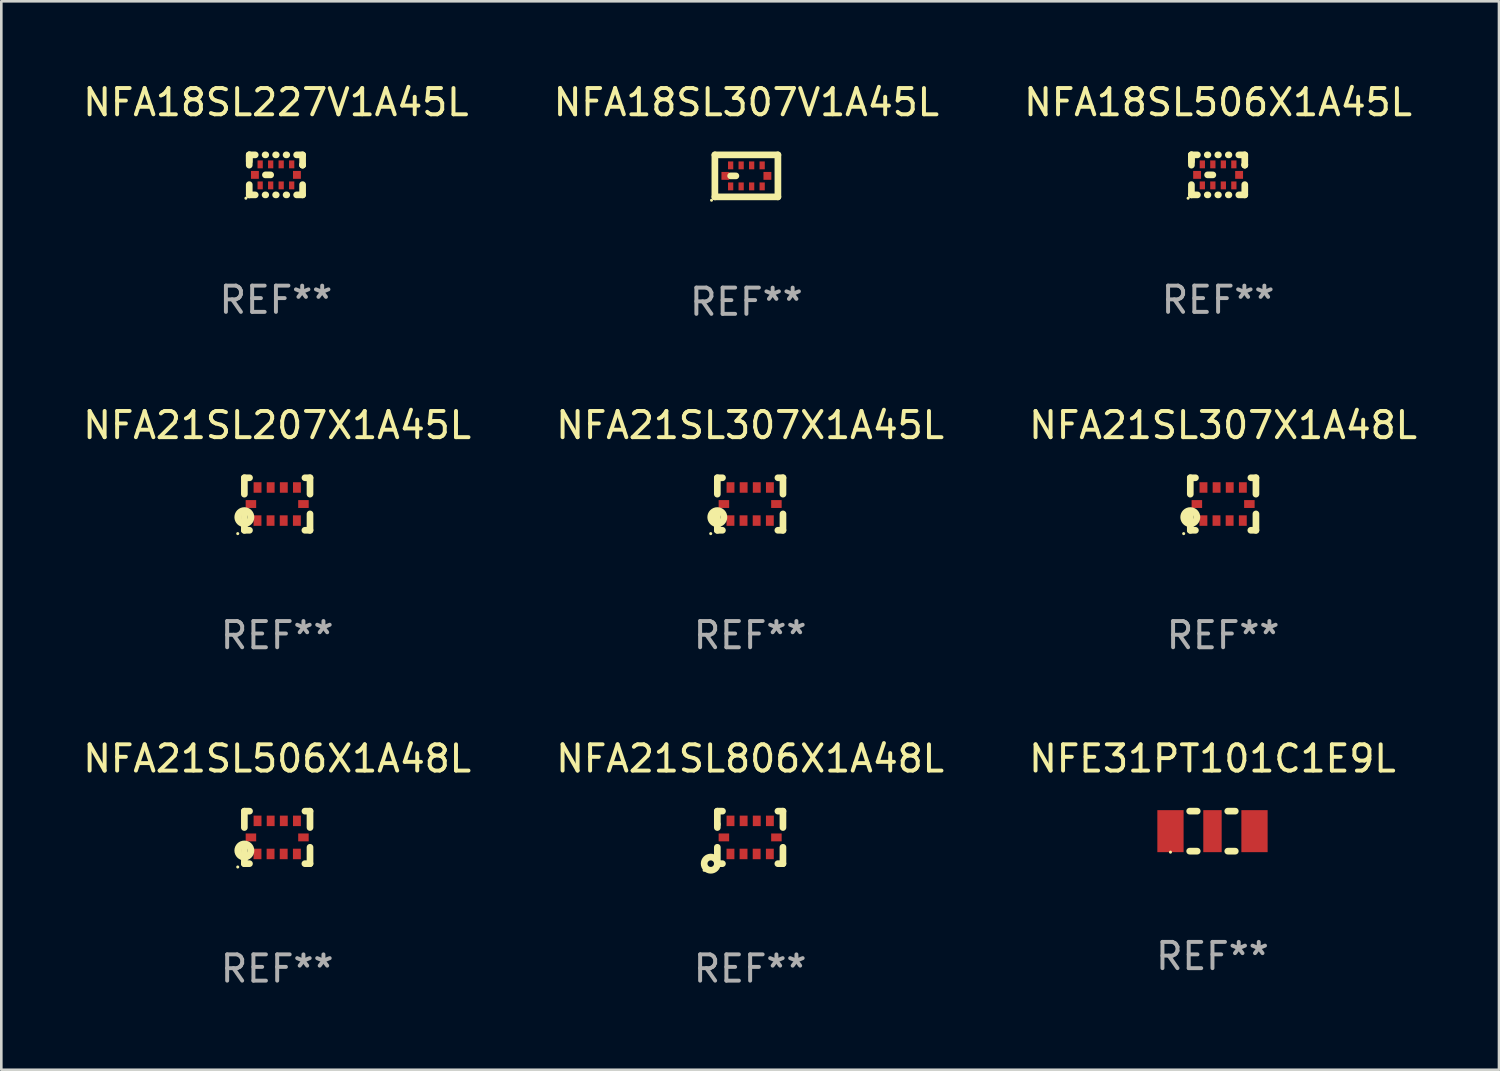
<source format=kicad_pcb>
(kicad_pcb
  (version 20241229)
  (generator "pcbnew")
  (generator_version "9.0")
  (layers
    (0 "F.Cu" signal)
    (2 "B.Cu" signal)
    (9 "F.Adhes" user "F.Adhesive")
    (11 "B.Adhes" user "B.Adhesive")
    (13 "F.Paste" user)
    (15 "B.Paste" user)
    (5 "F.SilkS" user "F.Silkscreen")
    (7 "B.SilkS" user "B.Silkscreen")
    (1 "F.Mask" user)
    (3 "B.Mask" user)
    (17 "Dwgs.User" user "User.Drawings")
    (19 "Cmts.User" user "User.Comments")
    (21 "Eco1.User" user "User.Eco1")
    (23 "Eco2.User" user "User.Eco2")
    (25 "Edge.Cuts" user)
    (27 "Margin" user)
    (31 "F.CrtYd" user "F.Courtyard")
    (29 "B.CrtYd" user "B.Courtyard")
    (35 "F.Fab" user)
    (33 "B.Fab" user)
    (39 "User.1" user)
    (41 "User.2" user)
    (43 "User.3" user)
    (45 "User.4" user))
  (footprint "NFA21SL307X1A48L"
    (layer "F.Cu")
    (at 43.53 16.145)
    (property "Reference" "NFA21SL307X1A48L" (at 0 -3 0) (layer "F.SilkS") (effects (font (size 1 1) (thickness 0.15))))
    (attr through_hole)
    (fp_line (start -1.25 -1) (end -1.053 -1) (stroke (width 0.254) (type solid)) (layer "F.SilkS"))
    (fp_line (start -1.25 -0.376) (end -1.25 -1) (stroke (width 0.254) (type solid)) (layer "F.SilkS"))
    (fp_line (start -1.25 1) (end -1.25 0.376) (stroke (width 0.254) (type solid)) (layer "F.SilkS"))
    (fp_line (start -1.055 1) (end -1.25 1) (stroke (width 0.254) (type solid)) (layer "F.SilkS"))
    (fp_line (start 1.057 -1) (end 1.25 -1) (stroke (width 0.254) (type solid)) (layer "F.SilkS"))
    (fp_line (start 1.25 -1) (end 1.25 -0.376) (stroke (width 0.254) (type solid)) (layer "F.SilkS"))
    (fp_line (start 1.25 0.376) (end 1.25 1) (stroke (width 0.254) (type solid)) (layer "F.SilkS"))
    (fp_line (start 1.25 1) (end 1.055 1) (stroke (width 0.254) (type solid)) (layer "F.SilkS"))
    (fp_circle (center -1.502 1.127) (end -1.472 1.127) (stroke (width 0.06) (type solid)) (fill no) (layer "F.SilkS"))
    (fp_circle (center -1.25 0.5) (end -1.125 0.5) (stroke (width 0.254) (type solid)) (fill no) (layer "F.SilkS"))
    (fp_text user "REF**" (at 0 5 0) (layer "F.Fab") (effects (font (size 1 1) (thickness 0.15))))
    (pad "1" smd rect (at -1 0 90) (size 0.3 0.4) (layers "F.Cu" "F.Mask" "F.Paste"))
    (pad "2" smd rect (at 1 0 90) (size 0.3 0.4) (layers "F.Cu" "F.Mask" "F.Paste"))
    (pad "3" smd rect (at -0.748 -0.63 180) (size 0.3 0.4) (layers "F.Cu" "F.Mask" "F.Paste"))
    (pad "4" smd rect (at -0.248 -0.63 180) (size 0.3 0.4) (layers "F.Cu" "F.Mask" "F.Paste"))
    (pad "5" smd rect (at 0.252 -0.63 180) (size 0.3 0.4) (layers "F.Cu" "F.Mask" "F.Paste"))
    (pad "6" smd rect (at 0.752 -0.63 180) (size 0.3 0.4) (layers "F.Cu" "F.Mask" "F.Paste"))
    (pad "7" smd rect (at -0.75 0.63 180) (size 0.3 0.4) (layers "F.Cu" "F.Mask" "F.Paste"))
    (pad "8" smd rect (at -0.252 0.63 180) (size 0.3 0.4) (layers "F.Cu" "F.Mask" "F.Paste"))
    (pad "9" smd rect (at 0.248 0.63 180) (size 0.3 0.4) (layers "F.Cu" "F.Mask" "F.Paste"))
    (pad "10" smd rect (at 0.75 0.63 180) (size 0.3 0.4) (layers "F.Cu" "F.Mask" "F.Paste")))
  (footprint "NFA18SL307V1A45L"
    (layer "F.Cu")
    (at 25.375 3.648)
    (property "Reference" "NFA18SL307V1A45L" (at 0 -2.8 0) (layer "F.SilkS") (effects (font (size 1 1) (thickness 0.15))))
    (attr through_hole)
    (fp_line (start -1.2 -0.8) (end 1.2 -0.8) (stroke (width 0.254) (type solid)) (layer "F.SilkS"))
    (fp_line (start -1.2 0.8) (end -1.2 -0.8) (stroke (width 0.254) (type solid)) (layer "F.SilkS"))
    (fp_line (start -0.6 0) (end -0.4 0) (stroke (width 0.254) (type solid)) (layer "F.SilkS"))
    (fp_line (start 1.2 -0.8) (end 1.2 0.8) (stroke (width 0.254) (type solid)) (layer "F.SilkS"))
    (fp_line (start 1.2 0.8) (end -1.2 0.8) (stroke (width 0.254) (type solid)) (layer "F.SilkS"))
    (fp_circle (center -1.327 0.927) (end -1.297 0.927) (stroke (width 0.06) (type solid)) (fill no) (layer "F.SilkS"))
    (fp_text user "REF**" (at 0 4.8 0) (layer "F.Fab") (effects (font (size 1 1) (thickness 0.15))))
    (pad "1" smd rect (at -0.8 0 270) (size 0.3 0.3) (layers "F.Cu" "F.Mask" "F.Paste"))
    (pad "2" smd rect (at 0.8 0 270) (size 0.3 0.3) (layers "F.Cu" "F.Mask" "F.Paste"))
    (pad "3" smd rect (at -0.6 -0.4 90) (size 0.3 0.2) (layers "F.Cu" "F.Mask" "F.Paste"))
    (pad "4" smd rect (at -0.2 -0.4 90) (size 0.3 0.2) (layers "F.Cu" "F.Mask" "F.Paste"))
    (pad "5" smd rect (at 0.2 -0.4 90) (size 0.3 0.2) (layers "F.Cu" "F.Mask" "F.Paste"))
    (pad "6" smd rect (at 0.6 -0.4 90) (size 0.3 0.2) (layers "F.Cu" "F.Mask" "F.Paste"))
    (pad "7" smd rect (at -0.6 0.4 90) (size 0.3 0.2) (layers "F.Cu" "F.Mask" "F.Paste"))
    (pad "8" smd rect (at -0.2 0.4 90) (size 0.3 0.2) (layers "F.Cu" "F.Mask" "F.Paste"))
    (pad "9" smd rect (at 0.2 0.4 90) (size 0.3 0.2) (layers "F.Cu" "F.Mask" "F.Paste"))
    (pad "10" smd rect (at 0.6 0.4 90) (size 0.3 0.2) (layers "F.Cu" "F.Mask" "F.Paste")))
  (footprint "NFA21SL506X1A48L"
    (layer "F.Cu")
    (at 7.506 28.841)
    (property "Reference" "NFA21SL506X1A48L" (at 0 -3 0) (layer "F.SilkS") (effects (font (size 1 1) (thickness 0.15))))
    (attr through_hole)
    (fp_line (start -1.25 -1) (end -1.053 -1) (stroke (width 0.254) (type solid)) (layer "F.SilkS"))
    (fp_line (start -1.25 -0.376) (end -1.25 -1) (stroke (width 0.254) (type solid)) (layer "F.SilkS"))
    (fp_line (start -1.25 1) (end -1.25 0.376) (stroke (width 0.254) (type solid)) (layer "F.SilkS"))
    (fp_line (start -1.055 1) (end -1.25 1) (stroke (width 0.254) (type solid)) (layer "F.SilkS"))
    (fp_line (start 1.057 -1) (end 1.25 -1) (stroke (width 0.254) (type solid)) (layer "F.SilkS"))
    (fp_line (start 1.25 -1) (end 1.25 -0.376) (stroke (width 0.254) (type solid)) (layer "F.SilkS"))
    (fp_line (start 1.25 0.376) (end 1.25 1) (stroke (width 0.254) (type solid)) (layer "F.SilkS"))
    (fp_line (start 1.25 1) (end 1.055 1) (stroke (width 0.254) (type solid)) (layer "F.SilkS"))
    (fp_circle (center -1.502 1.127) (end -1.472 1.127) (stroke (width 0.06) (type solid)) (fill no) (layer "F.SilkS"))
    (fp_circle (center -1.25 0.5) (end -1.125 0.5) (stroke (width 0.254) (type solid)) (fill no) (layer "F.SilkS"))
    (fp_text user "REF**" (at 0 5 0) (layer "F.Fab") (effects (font (size 1 1) (thickness 0.15))))
    (pad "1" smd rect (at -1 0 90) (size 0.3 0.4) (layers "F.Cu" "F.Mask" "F.Paste"))
    (pad "2" smd rect (at 1 0 90) (size 0.3 0.4) (layers "F.Cu" "F.Mask" "F.Paste"))
    (pad "3" smd rect (at -0.748 -0.63 180) (size 0.3 0.4) (layers "F.Cu" "F.Mask" "F.Paste"))
    (pad "4" smd rect (at -0.248 -0.63 180) (size 0.3 0.4) (layers "F.Cu" "F.Mask" "F.Paste"))
    (pad "5" smd rect (at 0.252 -0.63 180) (size 0.3 0.4) (layers "F.Cu" "F.Mask" "F.Paste"))
    (pad "6" smd rect (at 0.752 -0.63 180) (size 0.3 0.4) (layers "F.Cu" "F.Mask" "F.Paste"))
    (pad "7" smd rect (at -0.75 0.63 180) (size 0.3 0.4) (layers "F.Cu" "F.Mask" "F.Paste"))
    (pad "8" smd rect (at -0.252 0.63 180) (size 0.3 0.4) (layers "F.Cu" "F.Mask" "F.Paste"))
    (pad "9" smd rect (at 0.248 0.63 180) (size 0.3 0.4) (layers "F.Cu" "F.Mask" "F.Paste"))
    (pad "10" smd rect (at 0.75 0.63 180) (size 0.3 0.4) (layers "F.Cu" "F.Mask" "F.Paste")))
  (footprint "NFA18SL506X1A45L"
    (layer "F.Cu")
    (at 43.339 3.61)
    (property "Reference" "NFA18SL506X1A45L" (at 0 -2.762 0) (layer "F.SilkS") (effects (font (size 1 1) (thickness 0.15))))
    (attr through_hole)
    (fp_line (start -1.016 -0.762) (end -0.788 -0.762) (stroke (width 0.254) (type solid)) (layer "F.SilkS"))
    (fp_line (start -1.016 -0.508) (end -1.016 -0.762) (stroke (width 0.254) (type solid)) (layer "F.SilkS"))
    (fp_line (start -1.016 -0.371) (end -1.016 -0.762) (stroke (width 0.254) (type solid)) (layer "F.SilkS"))
    (fp_line (start -1.016 0.762) (end -1.016 0.371) (stroke (width 0.254) (type solid)) (layer "F.SilkS"))
    (fp_line (start -0.788 0.762) (end -1.016 0.762) (stroke (width 0.254) (type solid)) (layer "F.SilkS"))
    (fp_line (start -0.412 -0.762) (end -0.388 -0.762) (stroke (width 0.254) (type solid)) (layer "F.SilkS"))
    (fp_line (start -0.4 0) (end -0.2 0) (stroke (width 0.254) (type solid)) (layer "F.SilkS"))
    (fp_line (start -0.388 0.762) (end -0.412 0.762) (stroke (width 0.254) (type solid)) (layer "F.SilkS"))
    (fp_line (start -0.012 -0.762) (end 0.012 -0.762) (stroke (width 0.254) (type solid)) (layer "F.SilkS"))
    (fp_line (start 0.012 0.762) (end -0.012 0.762) (stroke (width 0.254) (type solid)) (layer "F.SilkS"))
    (fp_line (start 0.388 -0.762) (end 0.412 -0.762) (stroke (width 0.254) (type solid)) (layer "F.SilkS"))
    (fp_line (start 0.412 0.762) (end 0.388 0.762) (stroke (width 0.254) (type solid)) (layer "F.SilkS"))
    (fp_line (start 0.788 -0.762) (end 1.016 -0.762) (stroke (width 0.254) (type solid)) (layer "F.SilkS"))
    (fp_line (start 1.016 -0.762) (end 1.016 -0.381) (stroke (width 0.254) (type solid)) (layer "F.SilkS"))
    (fp_line (start 1.016 -0.381) (end 1.016 -0.371) (stroke (width 0.254) (type solid)) (layer "F.SilkS"))
    (fp_line (start 1.016 -0.381) (end 1.016 -0.371) (stroke (width 0.254) (type solid)) (layer "F.SilkS"))
    (fp_line (start 1.016 0.371) (end 1.016 0.762) (stroke (width 0.254) (type solid)) (layer "F.SilkS"))
    (fp_line (start 1.016 0.762) (end 0.788 0.762) (stroke (width 0.254) (type solid)) (layer "F.SilkS"))
    (fp_circle (center -1.143 0.889) (end -1.113 0.889) (stroke (width 0.06) (type solid)) (fill no) (layer "F.SilkS"))
    (fp_text user "REF**" (at 0 4.762 0) (layer "F.Fab") (effects (font (size 1 1) (thickness 0.15))))
    (pad "1" smd rect (at -0.8 0 270) (size 0.3 0.3) (layers "F.Cu" "F.Mask" "F.Paste"))
    (pad "2" smd rect (at 0.8 0 270) (size 0.3 0.3) (layers "F.Cu" "F.Mask" "F.Paste"))
    (pad "3" smd rect (at -0.6 -0.4 90) (size 0.3 0.2) (layers "F.Cu" "F.Mask" "F.Paste"))
    (pad "4" smd rect (at -0.2 -0.4 90) (size 0.3 0.2) (layers "F.Cu" "F.Mask" "F.Paste"))
    (pad "5" smd rect (at 0.2 -0.4 90) (size 0.3 0.2) (layers "F.Cu" "F.Mask" "F.Paste"))
    (pad "6" smd rect (at 0.6 -0.4 90) (size 0.3 0.2) (layers "F.Cu" "F.Mask" "F.Paste"))
    (pad "7" smd rect (at -0.6 0.4 90) (size 0.3 0.2) (layers "F.Cu" "F.Mask" "F.Paste"))
    (pad "8" smd rect (at -0.2 0.4 90) (size 0.3 0.2) (layers "F.Cu" "F.Mask" "F.Paste"))
    (pad "9" smd rect (at 0.2 0.4 90) (size 0.3 0.2) (layers "F.Cu" "F.Mask" "F.Paste"))
    (pad "10" smd rect (at 0.6 0.4 90) (size 0.3 0.2) (layers "F.Cu" "F.Mask" "F.Paste")))
  (footprint "NFA21SL806X1A48L"
    (layer "F.Cu")
    (at 25.518 28.841)
    (property "Reference" "NFA21SL806X1A48L" (at 0 -3 0) (layer "F.SilkS") (effects (font (size 1 1) (thickness 0.15))))
    (attr through_hole)
    (fp_line (start -1.25 -1) (end -1.053 -1) (stroke (width 0.254) (type solid)) (layer "F.SilkS"))
    (fp_line (start -1.25 -0.5) (end -1.25 -1) (stroke (width 0.254) (type solid)) (layer "F.SilkS"))
    (fp_line (start -1.25 -0.376) (end -1.25 -0.5) (stroke (width 0.254) (type solid)) (layer "F.SilkS"))
    (fp_line (start -1.25 1) (end -1.25 0.376) (stroke (width 0.254) (type solid)) (layer "F.SilkS"))
    (fp_line (start -1.055 1) (end -1.25 1) (stroke (width 0.254) (type solid)) (layer "F.SilkS"))
    (fp_line (start 1.057 -1) (end 1.25 -1) (stroke (width 0.254) (type solid)) (layer "F.SilkS"))
    (fp_line (start 1.249 -1) (end 1.249 -0.376) (stroke (width 0.254) (type solid)) (layer "F.SilkS"))
    (fp_line (start 1.249 0.376) (end 1.249 1) (stroke (width 0.254) (type solid)) (layer "F.SilkS"))
    (fp_line (start 1.249 1) (end 1.055 1) (stroke (width 0.254) (type solid)) (layer "F.SilkS"))
    (fp_circle (center -1.752 1.252) (end -1.722 1.252) (stroke (width 0.06) (type solid)) (fill no) (layer "F.SilkS"))
    (fp_circle (center -1.5 1) (end -1.375 1) (stroke (width 0.254) (type solid)) (fill no) (layer "F.SilkS"))
    (fp_text user "REF**" (at 0 5 0) (layer "F.Fab") (effects (font (size 1 1) (thickness 0.15))))
    (pad "1" smd rect (at -1 0 90) (size 0.3 0.4) (layers "F.Cu" "F.Mask" "F.Paste"))
    (pad "2" smd rect (at 1 0 90) (size 0.3 0.4) (layers "F.Cu" "F.Mask" "F.Paste"))
    (pad "3" smd rect (at -0.748 -0.63 180) (size 0.3 0.4) (layers "F.Cu" "F.Mask" "F.Paste"))
    (pad "4" smd rect (at -0.248 -0.63 180) (size 0.3 0.4) (layers "F.Cu" "F.Mask" "F.Paste"))
    (pad "5" smd rect (at 0.252 -0.63 180) (size 0.3 0.4) (layers "F.Cu" "F.Mask" "F.Paste"))
    (pad "6" smd rect (at 0.752 -0.63 180) (size 0.3 0.4) (layers "F.Cu" "F.Mask" "F.Paste"))
    (pad "7" smd rect (at -0.75 0.63 180) (size 0.3 0.4) (layers "F.Cu" "F.Mask" "F.Paste"))
    (pad "8" smd rect (at -0.252 0.63 180) (size 0.3 0.4) (layers "F.Cu" "F.Mask" "F.Paste"))
    (pad "9" smd rect (at 0.248 0.63 180) (size 0.3 0.4) (layers "F.Cu" "F.Mask" "F.Paste"))
    (pad "10" smd rect (at 0.75 0.63 180) (size 0.3 0.4) (layers "F.Cu" "F.Mask" "F.Paste")))
  (footprint "NFA18SL227V1A45L"
    (layer "F.Cu")
    (at 7.458 3.61)
    (property "Reference" "NFA18SL227V1A45L" (at 0 -2.762 0) (layer "F.SilkS") (effects (font (size 1 1) (thickness 0.15))))
    (attr through_hole)
    (fp_line (start -1.016 -0.762) (end -0.788 -0.762) (stroke (width 0.254) (type solid)) (layer "F.SilkS"))
    (fp_line (start -1.016 -0.508) (end -1.016 -0.762) (stroke (width 0.254) (type solid)) (layer "F.SilkS"))
    (fp_line (start -1.016 -0.371) (end -1.016 -0.762) (stroke (width 0.254) (type solid)) (layer "F.SilkS"))
    (fp_line (start -1.016 0.762) (end -1.016 0.371) (stroke (width 0.254) (type solid)) (layer "F.SilkS"))
    (fp_line (start -0.788 0.762) (end -1.016 0.762) (stroke (width 0.254) (type solid)) (layer "F.SilkS"))
    (fp_line (start -0.412 -0.762) (end -0.388 -0.762) (stroke (width 0.254) (type solid)) (layer "F.SilkS"))
    (fp_line (start -0.4 0) (end -0.2 0) (stroke (width 0.254) (type solid)) (layer "F.SilkS"))
    (fp_line (start -0.388 0.762) (end -0.412 0.762) (stroke (width 0.254) (type solid)) (layer "F.SilkS"))
    (fp_line (start -0.012 -0.762) (end 0.012 -0.762) (stroke (width 0.254) (type solid)) (layer "F.SilkS"))
    (fp_line (start 0.012 0.762) (end -0.012 0.762) (stroke (width 0.254) (type solid)) (layer "F.SilkS"))
    (fp_line (start 0.388 -0.762) (end 0.412 -0.762) (stroke (width 0.254) (type solid)) (layer "F.SilkS"))
    (fp_line (start 0.412 0.762) (end 0.388 0.762) (stroke (width 0.254) (type solid)) (layer "F.SilkS"))
    (fp_line (start 0.788 -0.762) (end 1.016 -0.762) (stroke (width 0.254) (type solid)) (layer "F.SilkS"))
    (fp_line (start 1.016 -0.762) (end 1.016 -0.381) (stroke (width 0.254) (type solid)) (layer "F.SilkS"))
    (fp_line (start 1.016 -0.381) (end 1.016 -0.371) (stroke (width 0.254) (type solid)) (layer "F.SilkS"))
    (fp_line (start 1.016 -0.381) (end 1.016 -0.371) (stroke (width 0.254) (type solid)) (layer "F.SilkS"))
    (fp_line (start 1.016 0.371) (end 1.016 0.762) (stroke (width 0.254) (type solid)) (layer "F.SilkS"))
    (fp_line (start 1.016 0.762) (end 0.788 0.762) (stroke (width 0.254) (type solid)) (layer "F.SilkS"))
    (fp_circle (center -1.143 0.889) (end -1.113 0.889) (stroke (width 0.06) (type solid)) (fill no) (layer "F.SilkS"))
    (fp_text user "REF**" (at 0 4.762 0) (layer "F.Fab") (effects (font (size 1 1) (thickness 0.15))))
    (pad "1" smd rect (at -0.8 0 270) (size 0.3 0.3) (layers "F.Cu" "F.Mask" "F.Paste"))
    (pad "2" smd rect (at 0.8 0 270) (size 0.3 0.3) (layers "F.Cu" "F.Mask" "F.Paste"))
    (pad "3" smd rect (at -0.6 -0.4 90) (size 0.3 0.2) (layers "F.Cu" "F.Mask" "F.Paste"))
    (pad "4" smd rect (at -0.2 -0.4 90) (size 0.3 0.2) (layers "F.Cu" "F.Mask" "F.Paste"))
    (pad "5" smd rect (at 0.2 -0.4 90) (size 0.3 0.2) (layers "F.Cu" "F.Mask" "F.Paste"))
    (pad "6" smd rect (at 0.6 -0.4 90) (size 0.3 0.2) (layers "F.Cu" "F.Mask" "F.Paste"))
    (pad "7" smd rect (at -0.6 0.4 90) (size 0.3 0.2) (layers "F.Cu" "F.Mask" "F.Paste"))
    (pad "8" smd rect (at -0.2 0.4 90) (size 0.3 0.2) (layers "F.Cu" "F.Mask" "F.Paste"))
    (pad "9" smd rect (at 0.2 0.4 90) (size 0.3 0.2) (layers "F.Cu" "F.Mask" "F.Paste"))
    (pad "10" smd rect (at 0.6 0.4 90) (size 0.3 0.2) (layers "F.Cu" "F.Mask" "F.Paste")))
  (footprint "NFE31PT101C1E9L"
    (layer "F.Cu")
    (at 43.125 28.603)
    (property "Reference" "NFE31PT101C1E9L" (at 0 -2.762 0) (layer "F.SilkS") (effects (font (size 1 1) (thickness 0.15))))
    (attr through_hole)
    (fp_line (start -0.869 -0.762) (end -0.581 -0.762) (stroke (width 0.254) (type solid)) (layer "F.SilkS"))
    (fp_line (start -0.869 0.762) (end -0.581 0.762) (stroke (width 0.254) (type solid)) (layer "F.SilkS"))
    (fp_line (start 0.581 -0.762) (end 0.869 -0.762) (stroke (width 0.254) (type solid)) (layer "F.SilkS"))
    (fp_line (start 0.581 0.762) (end 0.869 0.762) (stroke (width 0.254) (type solid)) (layer "F.SilkS"))
    (fp_circle (center -1.6 0.8) (end -1.57 0.8) (stroke (width 0.06) (type solid)) (fill no) (layer "F.SilkS"))
    (fp_text user "REF**" (at 0 4.762 0) (layer "F.Fab") (effects (font (size 1 1) (thickness 0.15))))
    (pad "1" smd rect (at -1.6 0) (size 1 1.6) (layers "F.Cu" "F.Mask" "F.Paste"))
    (pad "2" smd rect (at -0.000127 0) (size 0.7 1.6) (layers "F.Cu" "F.Mask" "F.Paste"))
    (pad "3" smd rect (at 1.6 0) (size 1 1.6) (layers "F.Cu" "F.Mask" "F.Paste")))
  (footprint "NFA21SL307X1A45L"
    (layer "F.Cu")
    (at 25.518 16.145)
    (property "Reference" "NFA21SL307X1A45L" (at 0 -3 0) (layer "F.SilkS") (effects (font (size 1 1) (thickness 0.15))))
    (attr through_hole)
    (fp_line (start -1.25 -1) (end -1.053 -1) (stroke (width 0.254) (type solid)) (layer "F.SilkS"))
    (fp_line (start -1.25 -0.376) (end -1.25 -1) (stroke (width 0.254) (type solid)) (layer "F.SilkS"))
    (fp_line (start -1.25 1) (end -1.25 0.376) (stroke (width 0.254) (type solid)) (layer "F.SilkS"))
    (fp_line (start -1.055 1) (end -1.25 1) (stroke (width 0.254) (type solid)) (layer "F.SilkS"))
    (fp_line (start 1.057 -1) (end 1.25 -1) (stroke (width 0.254) (type solid)) (layer "F.SilkS"))
    (fp_line (start 1.25 -1) (end 1.25 -0.376) (stroke (width 0.254) (type solid)) (layer "F.SilkS"))
    (fp_line (start 1.25 0.376) (end 1.25 1) (stroke (width 0.254) (type solid)) (layer "F.SilkS"))
    (fp_line (start 1.25 1) (end 1.055 1) (stroke (width 0.254) (type solid)) (layer "F.SilkS"))
    (fp_circle (center -1.502 1.127) (end -1.472 1.127) (stroke (width 0.06) (type solid)) (fill no) (layer "F.SilkS"))
    (fp_circle (center -1.25 0.5) (end -1.125 0.5) (stroke (width 0.254) (type solid)) (fill no) (layer "F.SilkS"))
    (fp_text user "REF**" (at 0 5 0) (layer "F.Fab") (effects (font (size 1 1) (thickness 0.15))))
    (pad "1" smd rect (at -1 0 90) (size 0.3 0.4) (layers "F.Cu" "F.Mask" "F.Paste"))
    (pad "2" smd rect (at 1 0 90) (size 0.3 0.4) (layers "F.Cu" "F.Mask" "F.Paste"))
    (pad "3" smd rect (at -0.748 -0.63 180) (size 0.3 0.4) (layers "F.Cu" "F.Mask" "F.Paste"))
    (pad "4" smd rect (at -0.248 -0.63 180) (size 0.3 0.4) (layers "F.Cu" "F.Mask" "F.Paste"))
    (pad "5" smd rect (at 0.252 -0.63 180) (size 0.3 0.4) (layers "F.Cu" "F.Mask" "F.Paste"))
    (pad "6" smd rect (at 0.752 -0.63 180) (size 0.3 0.4) (layers "F.Cu" "F.Mask" "F.Paste"))
    (pad "7" smd rect (at -0.75 0.63 180) (size 0.3 0.4) (layers "F.Cu" "F.Mask" "F.Paste"))
    (pad "8" smd rect (at -0.252 0.63 180) (size 0.3 0.4) (layers "F.Cu" "F.Mask" "F.Paste"))
    (pad "9" smd rect (at 0.248 0.63 180) (size 0.3 0.4) (layers "F.Cu" "F.Mask" "F.Paste"))
    (pad "10" smd rect (at 0.75 0.63 180) (size 0.3 0.4) (layers "F.Cu" "F.Mask" "F.Paste")))
  (footprint "NFA21SL207X1A45L"
    (layer "F.Cu")
    (at 7.506 16.145)
    (property "Reference" "NFA21SL207X1A45L" (at 0 -3 0) (layer "F.SilkS") (effects (font (size 1 1) (thickness 0.15))))
    (attr through_hole)
    (fp_line (start -1.25 -1) (end -1.053 -1) (stroke (width 0.254) (type solid)) (layer "F.SilkS"))
    (fp_line (start -1.25 -0.376) (end -1.25 -1) (stroke (width 0.254) (type solid)) (layer "F.SilkS"))
    (fp_line (start -1.25 1) (end -1.25 0.376) (stroke (width 0.254) (type solid)) (layer "F.SilkS"))
    (fp_line (start -1.055 1) (end -1.25 1) (stroke (width 0.254) (type solid)) (layer "F.SilkS"))
    (fp_line (start 1.057 -1) (end 1.25 -1) (stroke (width 0.254) (type solid)) (layer "F.SilkS"))
    (fp_line (start 1.25 -1) (end 1.25 -0.376) (stroke (width 0.254) (type solid)) (layer "F.SilkS"))
    (fp_line (start 1.25 0.376) (end 1.25 1) (stroke (width 0.254) (type solid)) (layer "F.SilkS"))
    (fp_line (start 1.25 1) (end 1.055 1) (stroke (width 0.254) (type solid)) (layer "F.SilkS"))
    (fp_circle (center -1.502 1.127) (end -1.472 1.127) (stroke (width 0.06) (type solid)) (fill no) (layer "F.SilkS"))
    (fp_circle (center -1.25 0.5) (end -1.125 0.5) (stroke (width 0.254) (type solid)) (fill no) (layer "F.SilkS"))
    (fp_text user "REF**" (at 0 5 0) (layer "F.Fab") (effects (font (size 1 1) (thickness 0.15))))
    (pad "1" smd rect (at -1 0 90) (size 0.3 0.4) (layers "F.Cu" "F.Mask" "F.Paste"))
    (pad "2" smd rect (at 1 0 90) (size 0.3 0.4) (layers "F.Cu" "F.Mask" "F.Paste"))
    (pad "3" smd rect (at -0.748 -0.63 180) (size 0.3 0.4) (layers "F.Cu" "F.Mask" "F.Paste"))
    (pad "4" smd rect (at -0.248 -0.63 180) (size 0.3 0.4) (layers "F.Cu" "F.Mask" "F.Paste"))
    (pad "5" smd rect (at 0.252 -0.63 180) (size 0.3 0.4) (layers "F.Cu" "F.Mask" "F.Paste"))
    (pad "6" smd rect (at 0.752 -0.63 180) (size 0.3 0.4) (layers "F.Cu" "F.Mask" "F.Paste"))
    (pad "7" smd rect (at -0.75 0.63 180) (size 0.3 0.4) (layers "F.Cu" "F.Mask" "F.Paste"))
    (pad "8" smd rect (at -0.252 0.63 180) (size 0.3 0.4) (layers "F.Cu" "F.Mask" "F.Paste"))
    (pad "9" smd rect (at 0.248 0.63 180) (size 0.3 0.4) (layers "F.Cu" "F.Mask" "F.Paste"))
    (pad "10" smd rect (at 0.75 0.63 180) (size 0.3 0.4) (layers "F.Cu" "F.Mask" "F.Paste")))
  (gr_rect
    (start -3 -3)
    (end 54.036 37.69)
    (stroke (width 0.1) (type default))
    (fill no)
    (layer "Edge.Cuts")))
</source>
